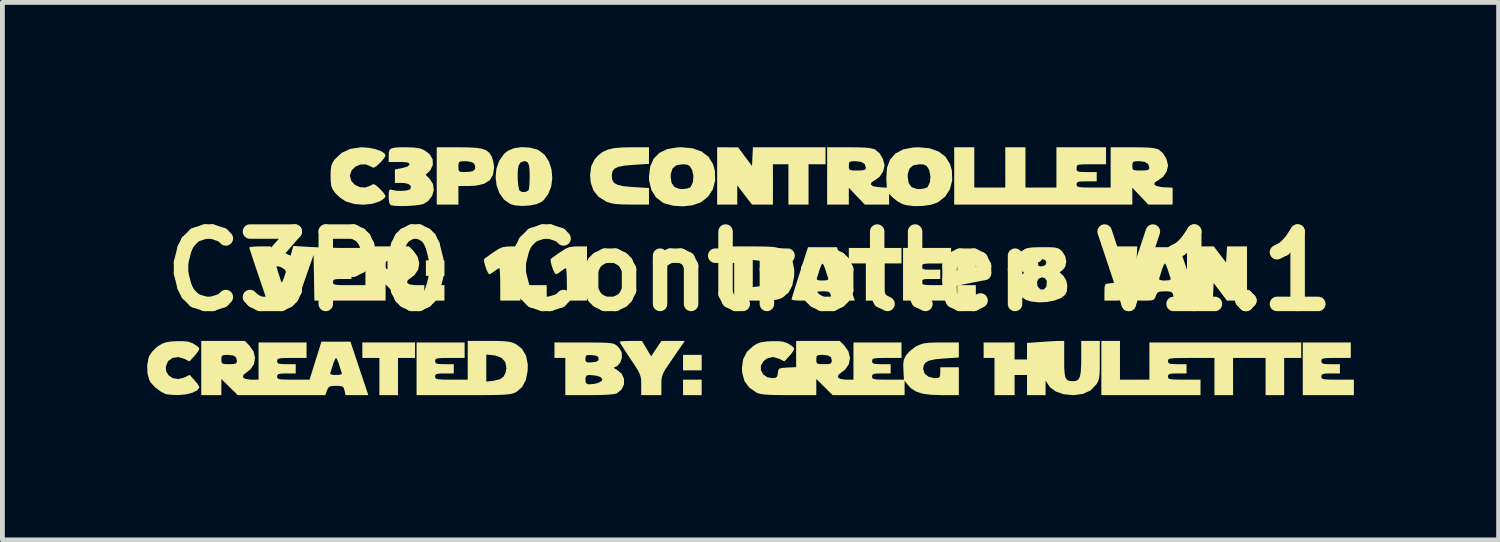
<source format=kicad_pcb>
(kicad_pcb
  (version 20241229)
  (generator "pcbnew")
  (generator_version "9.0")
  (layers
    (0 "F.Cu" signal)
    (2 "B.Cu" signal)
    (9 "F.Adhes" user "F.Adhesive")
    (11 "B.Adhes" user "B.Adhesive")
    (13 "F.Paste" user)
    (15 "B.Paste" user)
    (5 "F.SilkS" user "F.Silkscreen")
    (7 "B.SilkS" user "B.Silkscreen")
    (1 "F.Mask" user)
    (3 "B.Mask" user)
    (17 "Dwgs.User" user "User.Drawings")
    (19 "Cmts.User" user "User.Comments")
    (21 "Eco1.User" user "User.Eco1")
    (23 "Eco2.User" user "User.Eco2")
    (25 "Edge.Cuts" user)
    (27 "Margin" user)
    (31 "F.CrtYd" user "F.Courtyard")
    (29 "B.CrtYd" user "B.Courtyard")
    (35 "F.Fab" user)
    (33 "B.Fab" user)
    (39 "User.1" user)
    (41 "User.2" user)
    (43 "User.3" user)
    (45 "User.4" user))
  (footprint "C3P0 Controller V1.1"
    (layer "F.Cu")
    (at 12.488 2.571)
    (property "Reference" "C3P0 Controller V1.1" (at 0 0 0) (layer "F.SilkS") (effects (font (size 1.5 1.5) (thickness 0.3))))
    (attr board_only exclude_from_pos_files exclude_from_bom)
    (fp_poly (pts (xy -6.326 -0.064) (xy -6.326 0.096) (xy -6.519 0.096) (xy -6.711 0.096) (xy -6.711 -0.064) (xy -6.711 -0.225) (xy -6.519 -0.225) (xy -6.326 -0.225)) (stroke (width 0) (type solid)) (fill yes) (layer "F.SilkS"))
    (fp_poly (pts (xy -6.326 0.45) (xy -6.326 0.61) (xy -6.519 0.61) (xy -6.711 0.61) (xy -6.711 0.45) (xy -6.711 0.289) (xy -6.519 0.289) (xy -6.326 0.289)) (stroke (width 0) (type solid)) (fill yes) (layer "F.SilkS"))
    (fp_poly (pts (xy -4.207 0.45) (xy -4.207 0.61) (xy -4.399 0.61) (xy -4.592 0.61) (xy -4.592 0.45) (xy -4.592 0.289) (xy -4.399 0.289) (xy -4.207 0.289)) (stroke (width 0) (type solid)) (fill yes) (layer "F.SilkS"))
    (fp_poly (pts (xy -0.995 1.895) (xy -0.995 2.055) (xy -1.188 2.055) (xy -1.381 2.055) (xy -1.381 1.895) (xy -1.381 1.734) (xy -1.188 1.734) (xy -0.995 1.734)) (stroke (width 0) (type solid)) (fill yes) (layer "F.SilkS"))
    (fp_poly (pts (xy -0.995 2.408) (xy -0.995 2.569) (xy -1.188 2.569) (xy -1.381 2.569) (xy -1.381 2.408) (xy -1.381 2.248) (xy -1.188 2.248) (xy -0.995 2.248)) (stroke (width 0) (type solid)) (fill yes) (layer "F.SilkS"))
    (fp_poly (pts (xy 4.688 -0.064) (xy 4.688 0.096) (xy 4.496 0.096) (xy 4.303 0.096) (xy 4.303 -0.064) (xy 4.303 -0.225) (xy 4.496 -0.225) (xy 4.688 -0.225)) (stroke (width 0) (type solid)) (fill yes) (layer "F.SilkS"))
    (fp_poly (pts (xy 4.688 0.45) (xy 4.688 0.61) (xy 4.496 0.61) (xy 4.303 0.61) (xy 4.303 0.45) (xy 4.303 0.289) (xy 4.496 0.289) (xy 4.688 0.289)) (stroke (width 0) (type solid)) (fill yes) (layer "F.SilkS"))
    (fp_poly (pts (xy -6.936 1.638) (xy -6.936 1.798) (xy -7.113 1.798) (xy -7.289 1.798) (xy -7.289 2.184) (xy -7.289 2.569) (xy -7.482 2.569) (xy -7.675 2.569) (xy -7.675 2.184) (xy -7.675 1.798) (xy -7.851 1.798) (xy -8.028 1.798) (xy -8.028 1.638) (xy -8.028 1.477) (xy -7.482 1.477) (xy -6.936 1.477)) (stroke (width 0) (type solid)) (fill yes) (layer "F.SilkS"))
    (fp_poly (pts (xy 3.147 -0.321) (xy 3.147 -0.161) (xy 2.97 -0.161) (xy 2.794 -0.161) (xy 2.794 0.225) (xy 2.794 0.61) (xy 2.601 0.61) (xy 2.408 0.61) (xy 2.408 0.225) (xy 2.408 -0.161) (xy 2.232 -0.161) (xy 2.055 -0.161) (xy 2.055 -0.321) (xy 2.055 -0.482) (xy 2.601 -0.482) (xy 3.147 -0.482)) (stroke (width 0) (type solid)) (fill yes) (layer "F.SilkS"))
    (fp_poly (pts (xy 8.013 -0.12) (xy 8.001 0.081) (xy 7.99 0.229) (xy 7.976 0.334) (xy 7.957 0.407) (xy 7.93 0.459) (xy 7.894 0.501) (xy 7.862 0.529) (xy 7.796 0.576) (xy 7.723 0.6) (xy 7.621 0.609) (xy 7.56 0.61) (xy 7.353 0.61) (xy 7.353 0.436) (xy 7.355 0.335) (xy 7.367 0.282) (xy 7.397 0.26) (xy 7.457 0.251) (xy 7.458 0.251) (xy 7.562 0.241) (xy 7.571 -0.136) (xy 7.58 -0.514) (xy 7.807 -0.514) (xy 8.033 -0.514)) (stroke (width 0) (type solid)) (fill yes) (layer "F.SilkS"))
    (fp_poly (pts (xy -4.752 0.048) (xy -4.752 0.61) (xy -4.961 0.61) (xy -5.17 0.61) (xy -5.17 0.273) (xy -5.172 0.135) (xy -5.176 0.024) (xy -5.183 -0.046) (xy -5.189 -0.064) (xy -5.225 -0.046) (xy -5.286 -0.003) (xy -5.29 0) (xy -5.353 0.045) (xy -5.394 0.064) (xy -5.395 0.064) (xy -5.422 0.037) (xy -5.454 -0.031) (xy -5.484 -0.116) (xy -5.504 -0.196) (xy -5.506 -0.248) (xy -5.503 -0.254) (xy -5.463 -0.284) (xy -5.388 -0.338) (xy -5.306 -0.396) (xy -5.202 -0.463) (xy -5.117 -0.499) (xy -5.021 -0.512) (xy -4.945 -0.514) (xy -4.752 -0.514)) (stroke (width 0) (type solid)) (fill yes) (layer "F.SilkS"))
    (fp_poly (pts (xy -3.372 0.048) (xy -3.372 0.61) (xy -3.58 0.61) (xy -3.789 0.61) (xy -3.789 0.273) (xy -3.791 0.135) (xy -3.795 0.024) (xy -3.802 -0.046) (xy -3.808 -0.064) (xy -3.844 -0.046) (xy -3.905 -0.003) (xy -3.909 0) (xy -3.972 0.045) (xy -4.013 0.064) (xy -4.014 0.064) (xy -4.041 0.037) (xy -4.074 -0.031) (xy -4.104 -0.116) (xy -4.124 -0.196) (xy -4.126 -0.248) (xy -4.122 -0.254) (xy -4.083 -0.284) (xy -4.008 -0.338) (xy -3.926 -0.396) (xy -3.821 -0.463) (xy -3.736 -0.499) (xy -3.64 -0.512) (xy -3.564 -0.514) (xy -3.372 -0.514)) (stroke (width 0) (type solid)) (fill yes) (layer "F.SilkS"))
    (fp_poly (pts (xy 1.573 -2.392) (xy 1.573 -2.216) (xy 1.397 -2.216) (xy 1.22 -2.216) (xy 1.22 -1.798) (xy 1.22 -1.381) (xy 1.012 -1.381) (xy 0.803 -1.381) (xy 0.803 -1.798) (xy 0.803 -2.216) (xy 0.642 -2.216) (xy 0.482 -2.216) (xy 0.482 -1.798) (xy 0.482 -1.381) (xy 0.265 -1.381) (xy 0.048 -1.381) (xy -0.105 -1.58) (xy -0.257 -1.779) (xy -0.257 -1.58) (xy -0.257 -1.381) (xy -0.466 -1.381) (xy -0.674 -1.381) (xy -0.674 -1.975) (xy -0.674 -2.569) (xy -0.458 -2.568) (xy -0.241 -2.568) (xy -0.096 -2.374) (xy 0.048 -2.181) (xy 0.058 -2.375) (xy 0.067 -2.569) (xy 0.82 -2.569) (xy 1.573 -2.569)) (stroke (width 0) (type solid)) (fill yes) (layer "F.SilkS"))
    (fp_poly (pts (xy -1.587 1.797) (xy -1.685 1.94) (xy -1.753 2.043) (xy -1.795 2.121) (xy -1.818 2.186) (xy -1.828 2.251) (xy -1.83 2.331) (xy -1.83 2.359) (xy -1.83 2.569) (xy -2.039 2.569) (xy -2.248 2.569) (xy -2.248 2.359) (xy -2.249 2.27) (xy -2.257 2.2) (xy -2.277 2.134) (xy -2.315 2.057) (xy -2.378 1.957) (xy -2.471 1.817) (xy -2.473 1.814) (xy -2.558 1.686) (xy -2.628 1.577) (xy -2.677 1.5) (xy -2.697 1.463) (xy -2.697 1.462) (xy -2.668 1.454) (xy -2.59 1.448) (xy -2.48 1.446) (xy -2.465 1.446) (xy -2.232 1.446) (xy -2.138 1.605) (xy -2.043 1.764) (xy -1.936 1.604) (xy -1.829 1.445) (xy -1.586 1.445) (xy -1.344 1.445)) (stroke (width 0) (type solid)) (fill yes) (layer "F.SilkS"))
    (fp_poly (pts (xy 4.174 -0.321) (xy 4.174 -0.161) (xy 3.869 -0.161) (xy 3.728 -0.16) (xy 3.638 -0.155) (xy 3.589 -0.144) (xy 3.568 -0.125) (xy 3.564 -0.096) (xy 3.571 -0.06) (xy 3.602 -0.041) (xy 3.672 -0.033) (xy 3.757 -0.032) (xy 3.95 -0.032) (xy 3.95 0.064) (xy 3.95 0.161) (xy 3.757 0.161) (xy 3.649 0.163) (xy 3.591 0.173) (xy 3.568 0.196) (xy 3.564 0.225) (xy 3.569 0.253) (xy 3.589 0.272) (xy 3.636 0.283) (xy 3.723 0.288) (xy 3.859 0.289) (xy 3.902 0.289) (xy 4.239 0.289) (xy 4.239 0.45) (xy 4.239 0.61) (xy 3.709 0.61) (xy 3.179 0.61) (xy 3.179 0.064) (xy 3.179 -0.482) (xy 3.677 -0.482) (xy 4.174 -0.482)) (stroke (width 0) (type solid)) (fill yes) (layer "F.SilkS"))
    (fp_poly (pts (xy 12.459 1.638) (xy 12.459 1.798) (xy 12.154 1.798) (xy 12.012 1.799) (xy 11.923 1.804) (xy 11.874 1.814) (xy 11.853 1.834) (xy 11.849 1.862) (xy 11.856 1.898) (xy 11.887 1.918) (xy 11.956 1.925) (xy 12.042 1.927) (xy 12.234 1.927) (xy 12.234 2.023) (xy 12.234 2.119) (xy 12.042 2.119) (xy 11.934 2.122) (xy 11.876 2.132) (xy 11.853 2.155) (xy 11.849 2.184) (xy 11.853 2.212) (xy 11.874 2.231) (xy 11.921 2.241) (xy 12.008 2.246) (xy 12.144 2.248) (xy 12.186 2.248) (xy 12.523 2.248) (xy 12.523 2.408) (xy 12.523 2.569) (xy 11.994 2.569) (xy 11.464 2.569) (xy 11.464 2.023) (xy 11.464 1.477) (xy 11.961 1.477) (xy 12.459 1.477)) (stroke (width 0) (type solid)) (fill yes) (layer "F.SilkS"))
    (fp_poly (pts (xy -2.087 -2.397) (xy -2.087 -2.225) (xy -2.414 -2.204) (xy -2.595 -2.188) (xy -2.72 -2.164) (xy -2.799 -2.127) (xy -2.842 -2.074) (xy -2.857 -1.998) (xy -2.858 -1.975) (xy -2.848 -1.891) (xy -2.812 -1.832) (xy -2.742 -1.791) (xy -2.627 -1.764) (xy -2.459 -1.747) (xy -2.413 -1.744) (xy -2.087 -1.724) (xy -2.087 -1.553) (xy -2.087 -1.381) (xy -2.465 -1.381) (xy -2.646 -1.384) (xy -2.778 -1.393) (xy -2.876 -1.409) (xy -2.953 -1.434) (xy -2.97 -1.441) (xy -3.131 -1.541) (xy -3.238 -1.672) (xy -3.295 -1.839) (xy -3.307 -1.995) (xy -3.285 -2.173) (xy -3.214 -2.318) (xy -3.141 -2.399) (xy -3.05 -2.47) (xy -2.945 -2.519) (xy -2.814 -2.55) (xy -2.643 -2.565) (xy -2.458 -2.569) (xy -2.087 -2.569)) (stroke (width 0) (type solid)) (fill yes) (layer "F.SilkS"))
    (fp_poly (pts (xy -5.82 -2.566) (xy -5.658 -2.556) (xy -5.54 -2.536) (xy -5.457 -2.503) (xy -5.397 -2.454) (xy -5.352 -2.387) (xy -5.347 -2.377) (xy -5.316 -2.283) (xy -5.299 -2.169) (xy -5.298 -2.144) (xy -5.321 -1.995) (xy -5.389 -1.884) (xy -5.507 -1.811) (xy -5.675 -1.773) (xy -5.811 -1.766) (xy -6.037 -1.766) (xy -6.037 -1.573) (xy -6.037 -1.381) (xy -6.262 -1.381) (xy -6.486 -1.381) (xy -6.486 -1.975) (xy -6.486 -2.168) (xy -6.037 -2.168) (xy -6.033 -2.095) (xy -6.008 -2.063) (xy -5.944 -2.055) (xy -5.911 -2.055) (xy -5.816 -2.06) (xy -5.743 -2.072) (xy -5.734 -2.075) (xy -5.691 -2.12) (xy -5.69 -2.188) (xy -5.722 -2.241) (xy -5.777 -2.265) (xy -5.866 -2.279) (xy -5.899 -2.28) (xy -5.985 -2.277) (xy -6.025 -2.259) (xy -6.036 -2.211) (xy -6.037 -2.168) (xy -6.486 -2.168) (xy -6.486 -2.569) (xy -6.035 -2.569)) (stroke (width 0) (type solid)) (fill yes) (layer "F.SilkS"))
    (fp_poly (pts (xy 0.206 -0.513) (xy 0.358 -0.51) (xy 0.468 -0.504) (xy 0.549 -0.493) (xy 0.61 -0.477) (xy 0.665 -0.454) (xy 0.678 -0.448) (xy 0.806 -0.348) (xy 0.889 -0.206) (xy 0.925 -0.026) (xy 0.922 0.102) (xy 0.884 0.296) (xy 0.807 0.441) (xy 0.69 0.542) (xy 0.675 0.55) (xy 0.618 0.575) (xy 0.549 0.592) (xy 0.456 0.603) (xy 0.325 0.608) (xy 0.144 0.61) (xy 0.121 0.61) (xy -0.321 0.61) (xy -0.321 0.209) (xy -0.321 0.048) (xy 0.064 0.048) (xy 0.064 0.329) (xy 0.215 0.312) (xy 0.347 0.281) (xy 0.424 0.224) (xy 0.466 0.141) (xy 0.482 0.048) (xy 0.457 -0.077) (xy 0.381 -0.163) (xy 0.255 -0.21) (xy 0.215 -0.216) (xy 0.064 -0.233) (xy 0.064 0.048) (xy -0.321 0.048) (xy -0.321 -0.193) (xy -0.434 -0.193) (xy -0.546 -0.193) (xy -0.546 -0.353) (xy -0.546 -0.514) (xy 0.001 -0.514)) (stroke (width 0) (type solid)) (fill yes) (layer "F.SilkS"))
    (fp_poly (pts (xy -1.183 -2.547) (xy -0.995 -2.48) (xy -0.853 -2.371) (xy -0.76 -2.22) (xy -0.722 -2.086) (xy -0.715 -1.881) (xy -0.763 -1.698) (xy -0.862 -1.545) (xy -1.008 -1.43) (xy -1.027 -1.421) (xy -1.19 -1.366) (xy -1.382 -1.345) (xy -1.578 -1.356) (xy -1.752 -1.4) (xy -1.801 -1.422) (xy -1.941 -1.53) (xy -2.036 -1.68) (xy -2.083 -1.869) (xy -2.087 -1.959) (xy -1.638 -1.959) (xy -1.618 -1.827) (xy -1.557 -1.743) (xy -1.452 -1.705) (xy -1.399 -1.702) (xy -1.299 -1.712) (xy -1.231 -1.739) (xy -1.223 -1.747) (xy -1.177 -1.844) (xy -1.166 -1.968) (xy -1.19 -2.088) (xy -1.202 -2.114) (xy -1.242 -2.179) (xy -1.293 -2.208) (xy -1.378 -2.216) (xy -1.396 -2.216) (xy -1.52 -2.195) (xy -1.598 -2.131) (xy -1.634 -2.02) (xy -1.638 -1.959) (xy -2.087 -1.959) (xy -2.063 -2.166) (xy -1.991 -2.331) (xy -1.871 -2.453) (xy -1.704 -2.532) (xy -1.49 -2.567) (xy -1.415 -2.569)) (stroke (width 0) (type solid)) (fill yes) (layer "F.SilkS"))
    (fp_poly (pts (xy -4.563 -2.563) (xy -4.412 -2.525) (xy -4.374 -2.508) (xy -4.249 -2.411) (xy -4.16 -2.273) (xy -4.107 -2.11) (xy -4.091 -1.934) (xy -4.112 -1.76) (xy -4.173 -1.601) (xy -4.272 -1.471) (xy -4.315 -1.437) (xy -4.418 -1.39) (xy -4.56 -1.362) (xy -4.715 -1.352) (xy -4.861 -1.364) (xy -4.961 -1.392) (xy -5.093 -1.485) (xy -5.188 -1.619) (xy -5.246 -1.779) (xy -5.266 -1.953) (xy -5.261 -2.004) (xy -4.809 -2.004) (xy -4.806 -1.879) (xy -4.795 -1.766) (xy -4.777 -1.687) (xy -4.771 -1.673) (xy -4.72 -1.642) (xy -4.649 -1.642) (xy -4.591 -1.67) (xy -4.579 -1.688) (xy -4.569 -1.745) (xy -4.562 -1.844) (xy -4.56 -1.959) (xy -4.563 -2.107) (xy -4.576 -2.203) (xy -4.601 -2.256) (xy -4.644 -2.277) (xy -4.676 -2.28) (xy -4.747 -2.256) (xy -4.788 -2.192) (xy -4.803 -2.115) (xy -4.809 -2.004) (xy -5.261 -2.004) (xy -5.248 -2.128) (xy -5.19 -2.291) (xy -5.093 -2.429) (xy -5.013 -2.496) (xy -4.888 -2.548) (xy -4.73 -2.571)) (stroke (width 0) (type solid)) (fill yes) (layer "F.SilkS"))
    (fp_poly (pts (xy 1.994 0.056) (xy 2.179 0.61) (xy 1.943 0.61) (xy 1.707 0.61) (xy 1.686 0.514) (xy 1.668 0.456) (xy 1.636 0.427) (xy 1.569 0.418) (xy 1.51 0.417) (xy 1.415 0.421) (xy 1.363 0.439) (xy 1.334 0.482) (xy 1.321 0.514) (xy 1.3 0.565) (xy 1.27 0.594) (xy 1.215 0.607) (xy 1.118 0.61) (xy 1.077 0.61) (xy 0.971 0.607) (xy 0.895 0.598) (xy 0.868 0.586) (xy 0.877 0.549) (xy 0.904 0.461) (xy 0.943 0.333) (xy 0.993 0.176) (xy 1.002 0.148) (xy 1.391 0.148) (xy 1.396 0.177) (xy 1.447 0.191) (xy 1.509 0.193) (xy 1.596 0.187) (xy 1.629 0.169) (xy 1.627 0.148) (xy 1.608 0.09) (xy 1.58 0.001) (xy 1.571 -0.029) (xy 1.542 -0.109) (xy 1.516 -0.156) (xy 1.509 -0.161) (xy 1.488 -0.133) (xy 1.459 -0.063) (xy 1.448 -0.029) (xy 1.419 0.064) (xy 1.396 0.135) (xy 1.391 0.148) (xy 1.002 0.148) (xy 1.039 0.032) (xy 1.209 -0.498) (xy 1.509 -0.498) (xy 1.809 -0.498)) (stroke (width 0) (type solid)) (fill yes) (layer "F.SilkS"))
    (fp_poly (pts (xy -11.637 1.461) (xy -11.555 1.489) (xy -11.53 1.502) (xy -11.456 1.55) (xy -11.411 1.591) (xy -11.407 1.599) (xy -11.42 1.641) (xy -11.467 1.709) (xy -11.504 1.752) (xy -11.612 1.87) (xy -11.717 1.816) (xy -11.84 1.78) (xy -11.956 1.795) (xy -12.047 1.858) (xy -12.058 1.872) (xy -12.102 1.979) (xy -12.093 2.079) (xy -12.041 2.161) (xy -11.956 2.217) (xy -11.847 2.235) (xy -11.727 2.207) (xy -11.713 2.2) (xy -11.608 2.148) (xy -11.502 2.264) (xy -11.442 2.338) (xy -11.409 2.397) (xy -11.407 2.415) (xy -11.457 2.473) (xy -11.555 2.521) (xy -11.687 2.554) (xy -11.836 2.566) (xy -11.849 2.566) (xy -11.965 2.563) (xy -12.059 2.555) (xy -12.106 2.547) (xy -12.216 2.489) (xy -12.327 2.403) (xy -12.414 2.309) (xy -12.441 2.264) (xy -12.481 2.122) (xy -12.488 1.957) (xy -12.461 1.802) (xy -12.441 1.75) (xy -12.383 1.666) (xy -12.296 1.58) (xy -12.259 1.552) (xy -12.177 1.502) (xy -12.095 1.473) (xy -11.988 1.457) (xy -11.884 1.451) (xy -11.739 1.45)) (stroke (width 0) (type solid)) (fill yes) (layer "F.SilkS"))
    (fp_poly (pts (xy -7.888 -2.557) (xy -7.756 -2.53) (xy -7.646 -2.49) (xy -7.571 -2.444) (xy -7.546 -2.4) (xy -7.568 -2.355) (xy -7.623 -2.286) (xy -7.667 -2.24) (xy -7.74 -2.173) (xy -7.786 -2.147) (xy -7.824 -2.153) (xy -7.849 -2.17) (xy -7.955 -2.214) (xy -8.068 -2.211) (xy -8.172 -2.167) (xy -8.249 -2.091) (xy -8.284 -1.989) (xy -8.285 -1.975) (xy -8.257 -1.871) (xy -8.183 -1.791) (xy -8.082 -1.743) (xy -7.969 -1.734) (xy -7.862 -1.772) (xy -7.849 -1.78) (xy -7.808 -1.803) (xy -7.769 -1.796) (xy -7.713 -1.753) (xy -7.667 -1.709) (xy -7.598 -1.636) (xy -7.554 -1.574) (xy -7.546 -1.552) (xy -7.572 -1.513) (xy -7.639 -1.465) (xy -7.673 -1.446) (xy -7.826 -1.396) (xy -8.008 -1.379) (xy -8.194 -1.393) (xy -8.357 -1.441) (xy -8.374 -1.449) (xy -8.481 -1.518) (xy -8.578 -1.606) (xy -8.599 -1.631) (xy -8.646 -1.702) (xy -8.673 -1.772) (xy -8.684 -1.865) (xy -8.686 -1.975) (xy -8.683 -2.104) (xy -8.669 -2.191) (xy -8.64 -2.26) (xy -8.599 -2.319) (xy -8.458 -2.452) (xy -8.278 -2.535) (xy -8.06 -2.568) (xy -8.026 -2.568)) (stroke (width 0) (type solid)) (fill yes) (layer "F.SilkS"))
    (fp_poly (pts (xy -6.953 -2.563) (xy -6.835 -2.545) (xy -6.744 -2.51) (xy -6.743 -2.509) (xy -6.631 -2.423) (xy -6.571 -2.317) (xy -6.566 -2.203) (xy -6.617 -2.094) (xy -6.65 -2.06) (xy -6.716 -1.998) (xy -6.633 -1.916) (xy -6.563 -1.806) (xy -6.547 -1.683) (xy -6.581 -1.562) (xy -6.661 -1.457) (xy -6.763 -1.393) (xy -6.84 -1.375) (xy -6.959 -1.361) (xy -7.099 -1.352) (xy -7.238 -1.35) (xy -7.358 -1.355) (xy -7.436 -1.368) (xy -7.442 -1.37) (xy -7.468 -1.412) (xy -7.481 -1.504) (xy -7.482 -1.546) (xy -7.479 -1.64) (xy -7.467 -1.684) (xy -7.44 -1.692) (xy -7.421 -1.687) (xy -7.328 -1.669) (xy -7.22 -1.664) (xy -7.119 -1.672) (xy -7.049 -1.691) (xy -7.031 -1.705) (xy -7.022 -1.763) (xy -7.069 -1.806) (xy -7.163 -1.828) (xy -7.213 -1.83) (xy -7.353 -1.83) (xy -7.353 -1.969) (xy -7.353 -2.109) (xy -7.201 -2.138) (xy -7.094 -2.169) (xy -7.05 -2.207) (xy -7.048 -2.216) (xy -7.062 -2.242) (xy -7.111 -2.257) (xy -7.206 -2.263) (xy -7.265 -2.264) (xy -7.482 -2.264) (xy -7.482 -2.397) (xy -7.478 -2.471) (xy -7.46 -2.52) (xy -7.416 -2.549) (xy -7.335 -2.564) (xy -7.207 -2.569) (xy -7.118 -2.569)) (stroke (width 0) (type solid)) (fill yes) (layer "F.SilkS"))
    (fp_poly (pts (xy 7.675 1.846) (xy 7.675 2.248) (xy 7.98 2.248) (xy 8.285 2.248) (xy 8.285 1.862) (xy 8.285 1.477) (xy 9.858 1.477) (xy 11.432 1.477) (xy 11.432 1.638) (xy 11.432 1.798) (xy 11.255 1.798) (xy 11.078 1.798) (xy 11.078 2.184) (xy 11.078 2.569) (xy 10.886 2.569) (xy 10.693 2.569) (xy 10.693 2.184) (xy 10.693 1.798) (xy 10.356 1.798) (xy 10.019 1.798) (xy 10.019 2.184) (xy 10.019 2.569) (xy 9.826 2.569) (xy 9.633 2.569) (xy 9.633 2.184) (xy 9.633 1.798) (xy 9.152 1.798) (xy 8.967 1.799) (xy 8.836 1.801) (xy 8.751 1.806) (xy 8.701 1.815) (xy 8.678 1.83) (xy 8.67 1.852) (xy 8.67 1.862) (xy 8.677 1.898) (xy 8.708 1.918) (xy 8.777 1.925) (xy 8.863 1.927) (xy 9.055 1.927) (xy 9.055 2.023) (xy 9.055 2.119) (xy 8.863 2.119) (xy 8.755 2.122) (xy 8.697 2.132) (xy 8.674 2.155) (xy 8.67 2.184) (xy 8.674 2.212) (xy 8.695 2.231) (xy 8.742 2.241) (xy 8.829 2.246) (xy 8.965 2.248) (xy 9.007 2.248) (xy 9.344 2.248) (xy 9.344 2.408) (xy 9.344 2.569) (xy 8.317 2.569) (xy 7.289 2.569) (xy 7.289 2.007) (xy 7.289 1.445) (xy 7.482 1.445) (xy 7.675 1.445)) (stroke (width 0) (type solid)) (fill yes) (layer "F.SilkS"))
    (fp_poly (pts (xy 6.519 1.824) (xy 6.52 2.004) (xy 6.529 2.129) (xy 6.547 2.21) (xy 6.58 2.255) (xy 6.631 2.275) (xy 6.7 2.28) (xy 6.767 2.272) (xy 6.814 2.243) (xy 6.845 2.184) (xy 6.863 2.085) (xy 6.871 1.938) (xy 6.872 1.8) (xy 6.872 1.445) (xy 7.064 1.445) (xy 7.257 1.445) (xy 7.257 1.842) (xy 7.256 2.012) (xy 7.252 2.131) (xy 7.242 2.214) (xy 7.224 2.275) (xy 7.198 2.327) (xy 7.184 2.347) (xy 7.067 2.47) (xy 6.91 2.543) (xy 6.712 2.569) (xy 6.704 2.569) (xy 6.509 2.55) (xy 6.347 2.495) (xy 6.229 2.409) (xy 6.194 2.363) (xy 6.133 2.264) (xy 6.133 2.416) (xy 6.133 2.569) (xy 5.941 2.569) (xy 5.748 2.569) (xy 5.748 2.36) (xy 5.748 2.151) (xy 5.619 2.151) (xy 5.491 2.151) (xy 5.491 2.36) (xy 5.491 2.569) (xy 5.282 2.569) (xy 5.074 2.569) (xy 5.074 2.184) (xy 5.074 1.798) (xy 4.961 1.798) (xy 4.849 1.798) (xy 4.849 1.638) (xy 4.849 1.477) (xy 5.17 1.477) (xy 5.491 1.477) (xy 5.491 1.654) (xy 5.491 1.83) (xy 5.619 1.83) (xy 5.748 1.83) (xy 5.748 1.659) (xy 5.748 1.487) (xy 6.042 1.466) (xy 6.184 1.456) (xy 6.312 1.449) (xy 6.405 1.445) (xy 6.427 1.445) (xy 6.519 1.445)) (stroke (width 0) (type solid)) (fill yes) (layer "F.SilkS"))
    (fp_poly (pts (xy -3.227 1.478) (xy -3.067 1.48) (xy -2.953 1.484) (xy -2.873 1.492) (xy -2.819 1.504) (xy -2.781 1.522) (xy -2.753 1.541) (xy -2.688 1.614) (xy -2.651 1.69) (xy -2.648 1.793) (xy -2.681 1.892) (xy -2.741 1.963) (xy -2.771 1.978) (xy -2.813 1.995) (xy -2.805 2.014) (xy -2.752 2.044) (xy -2.653 2.126) (xy -2.604 2.233) (xy -2.605 2.347) (xy -2.656 2.453) (xy -2.751 2.532) (xy -2.817 2.548) (xy -2.942 2.56) (xy -3.12 2.567) (xy -3.321 2.569) (xy -3.821 2.569) (xy -3.821 2.248) (xy -3.404 2.248) (xy -3.396 2.316) (xy -3.358 2.341) (xy -3.31 2.344) (xy -3.208 2.333) (xy -3.133 2.313) (xy -3.066 2.273) (xy -3.055 2.231) (xy -3.096 2.193) (xy -3.18 2.165) (xy -3.301 2.152) (xy -3.328 2.151) (xy -3.382 2.163) (xy -3.402 2.209) (xy -3.404 2.248) (xy -3.821 2.248) (xy -3.821 2.184) (xy -3.821 1.814) (xy -3.404 1.814) (xy -3.399 1.867) (xy -3.371 1.889) (xy -3.305 1.891) (xy -3.267 1.888) (xy -3.179 1.876) (xy -3.139 1.852) (xy -3.131 1.814) (xy -3.143 1.772) (xy -3.189 1.75) (xy -3.267 1.74) (xy -3.353 1.737) (xy -3.392 1.751) (xy -3.403 1.791) (xy -3.404 1.814) (xy -3.821 1.814) (xy -3.821 1.798) (xy -3.934 1.798) (xy -4.046 1.798) (xy -4.046 1.638) (xy -4.046 1.477) (xy -3.44 1.477)) (stroke (width 0) (type solid)) (fill yes) (layer "F.SilkS"))
    (fp_poly (pts (xy 6.218 -0.497) (xy 6.316 -0.492) (xy 6.38 -0.479) (xy 6.426 -0.455) (xy 6.469 -0.418) (xy 6.476 -0.41) (xy 6.541 -0.31) (xy 6.563 -0.197) (xy 6.54 -0.092) (xy 6.491 -0.029) (xy 6.425 0.024) (xy 6.504 0.098) (xy 6.56 0.187) (xy 6.584 0.303) (xy 6.573 0.417) (xy 6.542 0.485) (xy 6.454 0.555) (xy 6.321 0.607) (xy 6.162 0.638) (xy 5.993 0.646) (xy 5.834 0.628) (xy 5.726 0.595) (xy 5.607 0.515) (xy 5.541 0.403) (xy 5.534 0.266) (xy 5.534 0.264) (xy 5.548 0.219) (xy 5.956 0.219) (xy 5.965 0.304) (xy 5.975 0.326) (xy 6.03 0.379) (xy 6.094 0.379) (xy 6.144 0.329) (xy 6.152 0.305) (xy 6.159 0.203) (xy 6.121 0.144) (xy 6.058 0.128) (xy 5.99 0.154) (xy 5.956 0.219) (xy 5.548 0.219) (xy 5.564 0.169) (xy 5.613 0.096) (xy 5.62 0.09) (xy 5.687 0.035) (xy 5.619 -0.032) (xy 5.566 -0.127) (xy 5.562 -0.177) (xy 5.973 -0.177) (xy 5.982 -0.116) (xy 6.022 -0.1) (xy 6.061 -0.102) (xy 6.13 -0.126) (xy 6.149 -0.177) (xy 6.128 -0.229) (xy 6.061 -0.251) (xy 5.997 -0.25) (xy 5.975 -0.214) (xy 5.973 -0.177) (xy 5.562 -0.177) (xy 5.558 -0.241) (xy 5.594 -0.352) (xy 5.662 -0.43) (xy 5.714 -0.462) (xy 5.775 -0.482) (xy 5.862 -0.493) (xy 5.99 -0.497) (xy 6.071 -0.498)) (stroke (width 0) (type solid)) (fill yes) (layer "F.SilkS"))
    (fp_poly (pts (xy 9.747 -0.347) (xy 9.874 -0.18) (xy 9.884 -0.347) (xy 9.894 -0.514) (xy 10.101 -0.514) (xy 10.308 -0.514) (xy 10.308 0.048) (xy 10.308 0.61) (xy 10.1 0.61) (xy 9.892 0.61) (xy 9.755 0.428) (xy 9.617 0.245) (xy 9.608 0.428) (xy 9.598 0.61) (xy 9.201 0.61) (xy 8.804 0.61) (xy 8.782 0.514) (xy 8.765 0.456) (xy 8.732 0.427) (xy 8.666 0.418) (xy 8.606 0.417) (xy 8.511 0.421) (xy 8.46 0.439) (xy 8.43 0.482) (xy 8.418 0.514) (xy 8.397 0.565) (xy 8.367 0.594) (xy 8.312 0.607) (xy 8.215 0.61) (xy 8.174 0.61) (xy 8.067 0.607) (xy 7.992 0.598) (xy 7.964 0.586) (xy 7.974 0.549) (xy 8 0.461) (xy 8.04 0.333) (xy 8.09 0.176) (xy 8.099 0.148) (xy 8.488 0.148) (xy 8.493 0.177) (xy 8.544 0.191) (xy 8.606 0.193) (xy 8.692 0.187) (xy 8.726 0.169) (xy 8.724 0.148) (xy 8.704 0.09) (xy 8.676 0.001) (xy 8.667 -0.029) (xy 8.638 -0.109) (xy 8.613 -0.156) (xy 8.606 -0.161) (xy 8.584 -0.133) (xy 8.555 -0.063) (xy 8.544 -0.029) (xy 8.516 0.064) (xy 8.492 0.135) (xy 8.488 0.148) (xy 8.099 0.148) (xy 8.136 0.032) (xy 8.306 -0.498) (xy 8.606 -0.498) (xy 8.905 -0.498) (xy 9.058 -0.048) (xy 9.211 0.401) (xy 9.213 -0.056) (xy 9.216 -0.514) (xy 9.418 -0.514) (xy 9.62 -0.514)) (stroke (width 0) (type solid)) (fill yes) (layer "F.SilkS"))
    (fp_poly (pts (xy -5.226 1.446) (xy -5.093 1.451) (xy -4.998 1.461) (xy -4.925 1.477) (xy -4.863 1.502) (xy -4.845 1.511) (xy -4.717 1.611) (xy -4.634 1.753) (xy -4.599 1.933) (xy -4.601 2.06) (xy -4.639 2.254) (xy -4.716 2.4) (xy -4.833 2.501) (xy -4.848 2.509) (xy -4.885 2.526) (xy -4.928 2.54) (xy -4.986 2.55) (xy -5.067 2.558) (xy -5.176 2.563) (xy -5.323 2.566) (xy -5.514 2.568) (xy -5.758 2.569) (xy -5.932 2.569) (xy -6.904 2.569) (xy -6.904 2.023) (xy -6.904 1.477) (xy -6.406 1.477) (xy -5.908 1.477) (xy -5.908 1.638) (xy -5.908 1.798) (xy -6.214 1.798) (xy -6.355 1.799) (xy -6.445 1.804) (xy -6.494 1.814) (xy -6.515 1.834) (xy -6.519 1.862) (xy -6.512 1.898) (xy -6.481 1.918) (xy -6.411 1.925) (xy -6.326 1.927) (xy -6.133 1.927) (xy -6.133 2.023) (xy -6.133 2.119) (xy -6.326 2.119) (xy -6.434 2.122) (xy -6.492 2.132) (xy -6.515 2.155) (xy -6.519 2.184) (xy -6.514 2.212) (xy -6.494 2.231) (xy -6.446 2.241) (xy -6.36 2.246) (xy -6.224 2.248) (xy -6.181 2.248) (xy -5.844 2.248) (xy -5.844 2.007) (xy -5.459 2.007) (xy -5.459 2.288) (xy -5.308 2.271) (xy -5.176 2.24) (xy -5.099 2.183) (xy -5.058 2.1) (xy -5.041 2.007) (xy -5.066 1.882) (xy -5.142 1.796) (xy -5.268 1.749) (xy -5.308 1.743) (xy -5.459 1.726) (xy -5.459 2.007) (xy -5.844 2.007) (xy -5.844 1.846) (xy -5.844 1.445) (xy -5.409 1.445)) (stroke (width 0) (type solid)) (fill yes) (layer "F.SilkS"))
    (fp_poly (pts (xy 2.256 -2.567) (xy 2.402 -2.561) (xy 2.505 -2.549) (xy 2.576 -2.531) (xy 2.605 -2.519) (xy 2.692 -2.444) (xy 2.76 -2.331) (xy 2.793 -2.208) (xy 2.794 -2.183) (xy 2.766 -2.065) (xy 2.693 -1.957) (xy 2.601 -1.89) (xy 2.525 -1.842) (xy 2.511 -1.798) (xy 2.556 -1.763) (xy 2.655 -1.743) (xy 2.682 -1.741) (xy 2.842 -1.731) (xy 2.832 -1.933) (xy 2.834 -1.959) (xy 3.275 -1.959) (xy 3.295 -1.827) (xy 3.356 -1.743) (xy 3.461 -1.705) (xy 3.514 -1.702) (xy 3.614 -1.712) (xy 3.682 -1.739) (xy 3.69 -1.747) (xy 3.736 -1.844) (xy 3.747 -1.968) (xy 3.723 -2.088) (xy 3.711 -2.114) (xy 3.671 -2.179) (xy 3.62 -2.208) (xy 3.535 -2.216) (xy 3.517 -2.216) (xy 3.393 -2.195) (xy 3.315 -2.131) (xy 3.279 -2.02) (xy 3.275 -1.959) (xy 2.834 -1.959) (xy 2.846 -2.143) (xy 2.908 -2.312) (xy 3.019 -2.438) (xy 3.178 -2.523) (xy 3.385 -2.564) (xy 3.498 -2.569) (xy 3.73 -2.547) (xy 3.918 -2.48) (xy 4.06 -2.371) (xy 4.153 -2.22) (xy 4.191 -2.086) (xy 4.198 -1.881) (xy 4.15 -1.698) (xy 4.051 -1.545) (xy 3.905 -1.43) (xy 3.886 -1.421) (xy 3.752 -1.376) (xy 3.584 -1.352) (xy 3.406 -1.349) (xy 3.245 -1.369) (xy 3.155 -1.396) (xy 3.055 -1.454) (xy 2.97 -1.522) (xy 2.89 -1.603) (xy 2.89 -1.492) (xy 2.89 -1.381) (xy 2.638 -1.381) (xy 2.386 -1.381) (xy 2.22 -1.555) (xy 2.055 -1.73) (xy 2.055 -1.555) (xy 2.055 -1.381) (xy 1.83 -1.381) (xy 1.606 -1.381) (xy 1.606 -1.975) (xy 1.606 -2.184) (xy 2.055 -2.184) (xy 2.058 -2.128) (xy 2.078 -2.1) (xy 2.129 -2.089) (xy 2.229 -2.087) (xy 2.232 -2.087) (xy 2.335 -2.09) (xy 2.388 -2.103) (xy 2.407 -2.131) (xy 2.408 -2.145) (xy 2.384 -2.223) (xy 2.309 -2.267) (xy 2.193 -2.28) (xy 2.107 -2.277) (xy 2.067 -2.259) (xy 2.056 -2.214) (xy 2.055 -2.184) (xy 1.606 -2.184) (xy 1.606 -2.569) (xy 2.057 -2.569)) (stroke (width 0) (type solid)) (fill yes) (layer "F.SilkS"))
    (fp_poly (pts (xy 4.656 -2.151) (xy 4.656 -1.734) (xy 4.977 -1.734) (xy 5.298 -1.734) (xy 5.298 -2.151) (xy 5.298 -2.569) (xy 5.507 -2.569) (xy 5.716 -2.569) (xy 5.716 -2.151) (xy 5.716 -1.734) (xy 6.037 -1.734) (xy 6.358 -1.734) (xy 6.358 -2.151) (xy 6.358 -2.569) (xy 6.872 -2.569) (xy 7.386 -2.569) (xy 7.386 -2.392) (xy 7.386 -2.216) (xy 7.081 -2.216) (xy 6.939 -2.215) (xy 6.85 -2.211) (xy 6.801 -2.201) (xy 6.78 -2.181) (xy 6.776 -2.149) (xy 6.775 -2.135) (xy 6.779 -2.092) (xy 6.8 -2.068) (xy 6.852 -2.058) (xy 6.95 -2.055) (xy 6.984 -2.055) (xy 7.193 -2.055) (xy 7.193 -1.959) (xy 7.193 -1.862) (xy 6.984 -1.862) (xy 6.871 -1.86) (xy 6.808 -1.852) (xy 6.781 -1.831) (xy 6.775 -1.798) (xy 6.78 -1.77) (xy 6.799 -1.752) (xy 6.845 -1.741) (xy 6.929 -1.736) (xy 7.062 -1.734) (xy 7.129 -1.734) (xy 7.482 -1.734) (xy 7.482 -2.151) (xy 7.482 -2.184) (xy 7.931 -2.184) (xy 7.934 -2.128) (xy 7.954 -2.1) (xy 8.006 -2.089) (xy 8.105 -2.087) (xy 8.108 -2.087) (xy 8.211 -2.09) (xy 8.265 -2.103) (xy 8.284 -2.131) (xy 8.285 -2.145) (xy 8.26 -2.223) (xy 8.186 -2.267) (xy 8.07 -2.28) (xy 7.983 -2.277) (xy 7.943 -2.259) (xy 7.932 -2.214) (xy 7.931 -2.184) (xy 7.482 -2.184) (xy 7.482 -2.569) (xy 7.933 -2.569) (xy 8.132 -2.567) (xy 8.278 -2.561) (xy 8.381 -2.549) (xy 8.453 -2.531) (xy 8.481 -2.519) (xy 8.568 -2.444) (xy 8.636 -2.331) (xy 8.669 -2.208) (xy 8.67 -2.183) (xy 8.642 -2.065) (xy 8.57 -1.957) (xy 8.477 -1.89) (xy 8.401 -1.843) (xy 8.386 -1.8) (xy 8.429 -1.766) (xy 8.529 -1.745) (xy 8.582 -1.74) (xy 8.766 -1.731) (xy 8.766 -1.556) (xy 8.766 -1.381) (xy 8.514 -1.381) (xy 8.262 -1.381) (xy 8.097 -1.555) (xy 7.931 -1.73) (xy 7.931 -1.555) (xy 7.931 -1.381) (xy 6.085 -1.381) (xy 4.239 -1.381) (xy 4.239 -1.975) (xy 4.239 -2.569) (xy 4.447 -2.569) (xy 4.656 -2.569)) (stroke (width 0) (type solid)) (fill yes) (layer "F.SilkS"))
    (fp_poly (pts (xy -9.104 -0.502) (xy -8.909 -0.493) (xy -8.686 -0.486) (xy -8.472 -0.482) (xy -8.389 -0.482) (xy -8.028 -0.482) (xy -8.028 -0.321) (xy -8.028 -0.161) (xy -8.333 -0.161) (xy -8.475 -0.16) (xy -8.564 -0.155) (xy -8.613 -0.144) (xy -8.634 -0.125) (xy -8.638 -0.096) (xy -8.631 -0.06) (xy -8.6 -0.041) (xy -8.531 -0.033) (xy -8.445 -0.032) (xy -8.253 -0.032) (xy -8.253 0.064) (xy -8.253 0.161) (xy -8.445 0.161) (xy -8.553 0.163) (xy -8.611 0.173) (xy -8.634 0.196) (xy -8.638 0.225) (xy -8.634 0.253) (xy -8.613 0.272) (xy -8.566 0.283) (xy -8.479 0.288) (xy -8.343 0.289) (xy -8.301 0.289) (xy -7.964 0.289) (xy -7.964 -0.112) (xy -7.964 -0.128) (xy -7.546 -0.128) (xy -7.543 -0.071) (xy -7.521 -0.043) (xy -7.465 -0.033) (xy -7.386 -0.032) (xy -7.29 -0.035) (xy -7.243 -0.048) (xy -7.226 -0.08) (xy -7.225 -0.109) (xy -7.242 -0.174) (xy -7.3 -0.211) (xy -7.407 -0.224) (xy -7.436 -0.225) (xy -7.511 -0.219) (xy -7.541 -0.19) (xy -7.546 -0.128) (xy -7.964 -0.128) (xy -7.964 -0.514) (xy -7.512 -0.514) (xy -7.06 -0.514) (xy -6.968 -0.422) (xy -6.881 -0.298) (xy -6.848 -0.164) (xy -6.87 -0.034) (xy -6.946 0.079) (xy -7.017 0.133) (xy -7.09 0.19) (xy -7.101 0.238) (xy -7.054 0.271) (xy -6.95 0.288) (xy -6.9 0.289) (xy -6.743 0.289) (xy -6.743 0.45) (xy -6.743 0.61) (xy -6.975 0.61) (xy -7.207 0.61) (xy -7.377 0.443) (xy -7.546 0.275) (xy -7.546 0.443) (xy -7.546 0.61) (xy -8.284 0.61) (xy -9.022 0.61) (xy -9.03 0.136) (xy -9.039 -0.337) (xy -9.202 0.128) (xy -9.364 0.594) (xy -9.683 0.603) (xy -10.003 0.611) (xy -10.187 0.069) (xy -10.247 -0.106) (xy -10.298 -0.26) (xy -10.338 -0.383) (xy -10.364 -0.464) (xy -10.372 -0.493) (xy -10.343 -0.503) (xy -10.265 -0.511) (xy -10.156 -0.514) (xy -10.149 -0.514) (xy -9.927 -0.514) (xy -9.874 -0.329) (xy -9.814 -0.118) (xy -9.768 0.037) (xy -9.734 0.143) (xy -9.712 0.207) (xy -9.699 0.232) (xy -9.683 0.212) (xy -9.655 0.141) (xy -9.618 0.03) (xy -9.575 -0.111) (xy -9.569 -0.134) (xy -9.458 -0.523)) (stroke (width 0) (type solid)) (fill yes) (layer "F.SilkS"))
    (fp_poly (pts (xy -10.372 1.537) (xy -10.284 1.661) (xy -10.252 1.795) (xy -10.274 1.925) (xy -10.349 2.037) (xy -10.42 2.092) (xy -10.493 2.149) (xy -10.504 2.197) (xy -10.456 2.231) (xy -10.353 2.247) (xy -10.32 2.248) (xy -10.179 2.248) (xy -10.179 1.862) (xy -10.179 1.477) (xy -9.682 1.477) (xy -9.184 1.477) (xy -9.184 1.638) (xy -9.184 1.798) (xy -9.489 1.798) (xy -9.631 1.799) (xy -9.72 1.804) (xy -9.769 1.814) (xy -9.79 1.834) (xy -9.794 1.862) (xy -9.787 1.898) (xy -9.756 1.918) (xy -9.687 1.925) (xy -9.601 1.927) (xy -9.409 1.927) (xy -9.409 2.023) (xy -9.409 2.119) (xy -9.601 2.119) (xy -9.709 2.122) (xy -9.767 2.132) (xy -9.79 2.155) (xy -9.794 2.184) (xy -9.79 2.212) (xy -9.769 2.231) (xy -9.722 2.242) (xy -9.635 2.246) (xy -9.498 2.248) (xy -9.458 2.248) (xy -9.122 2.248) (xy -9.078 2.107) (xy -8.692 2.107) (xy -8.687 2.136) (xy -8.636 2.149) (xy -8.574 2.151) (xy -8.487 2.146) (xy -8.454 2.128) (xy -8.456 2.107) (xy -8.475 2.049) (xy -8.503 1.959) (xy -8.512 1.93) (xy -8.541 1.849) (xy -8.567 1.803) (xy -8.574 1.798) (xy -8.595 1.826) (xy -8.624 1.896) (xy -8.635 1.93) (xy -8.664 2.023) (xy -8.687 2.094) (xy -8.692 2.107) (xy -9.078 2.107) (xy -8.999 1.854) (xy -8.876 1.461) (xy -8.575 1.461) (xy -8.274 1.461) (xy -8.089 2.015) (xy -7.904 2.569) (xy -8.14 2.569) (xy -8.376 2.569) (xy -8.397 2.473) (xy -8.415 2.415) (xy -8.447 2.386) (xy -8.513 2.377) (xy -8.573 2.376) (xy -8.668 2.38) (xy -8.72 2.398) (xy -8.749 2.44) (xy -8.762 2.473) (xy -8.795 2.569) (xy -9.703 2.569) (xy -10.611 2.569) (xy -10.78 2.401) (xy -10.95 2.234) (xy -10.95 2.401) (xy -10.95 2.569) (xy -11.159 2.569) (xy -11.367 2.569) (xy -11.367 2.007) (xy -11.367 1.83) (xy -10.95 1.83) (xy -10.946 1.887) (xy -10.925 1.916) (xy -10.869 1.926) (xy -10.789 1.927) (xy -10.694 1.924) (xy -10.646 1.911) (xy -10.63 1.879) (xy -10.629 1.85) (xy -10.646 1.784) (xy -10.703 1.748) (xy -10.811 1.734) (xy -10.84 1.734) (xy -10.915 1.74) (xy -10.945 1.768) (xy -10.95 1.83) (xy -11.367 1.83) (xy -11.367 1.445) (xy -10.915 1.445) (xy -10.463 1.445)) (stroke (width 0) (type solid)) (fill yes) (layer "F.SilkS"))
    (fp_poly (pts (xy 1.959 1.537) (xy 2.046 1.661) (xy 2.079 1.795) (xy 2.056 1.925) (xy 1.981 2.037) (xy 1.91 2.092) (xy 1.838 2.149) (xy 1.827 2.197) (xy 1.874 2.231) (xy 1.978 2.247) (xy 2.011 2.248) (xy 2.151 2.248) (xy 2.151 1.862) (xy 2.151 1.477) (xy 2.649 1.477) (xy 3.147 1.477) (xy 3.147 1.638) (xy 3.147 1.798) (xy 2.842 1.798) (xy 2.7 1.799) (xy 2.611 1.804) (xy 2.561 1.814) (xy 2.541 1.834) (xy 2.537 1.862) (xy 2.544 1.898) (xy 2.575 1.918) (xy 2.644 1.925) (xy 2.729 1.927) (xy 2.922 1.927) (xy 2.922 2.023) (xy 2.922 2.119) (xy 2.729 2.119) (xy 2.622 2.122) (xy 2.564 2.132) (xy 2.54 2.155) (xy 2.537 2.184) (xy 2.541 2.212) (xy 2.562 2.231) (xy 2.61 2.242) (xy 2.697 2.247) (xy 2.835 2.248) (xy 2.867 2.248) (xy 3.198 2.248) (xy 3.186 2.047) (xy 3.183 1.924) (xy 3.195 1.839) (xy 3.229 1.765) (xy 3.249 1.734) (xy 3.325 1.65) (xy 3.428 1.572) (xy 3.467 1.549) (xy 3.54 1.517) (xy 3.616 1.495) (xy 3.711 1.483) (xy 3.841 1.478) (xy 3.973 1.477) (xy 4.335 1.477) (xy 4.335 1.633) (xy 4.335 1.789) (xy 4.025 1.809) (xy 3.846 1.826) (xy 3.723 1.852) (xy 3.646 1.892) (xy 3.607 1.951) (xy 3.596 2.026) (xy 3.625 2.12) (xy 3.704 2.186) (xy 3.821 2.215) (xy 3.844 2.216) (xy 3.915 2.21) (xy 3.944 2.181) (xy 3.95 2.108) (xy 3.95 2.103) (xy 3.95 1.991) (xy 4.142 1.991) (xy 4.335 1.991) (xy 4.335 2.28) (xy 4.335 2.569) (xy 3.974 2.568) (xy 3.75 2.561) (xy 3.578 2.537) (xy 3.447 2.494) (xy 3.346 2.429) (xy 3.281 2.36) (xy 3.211 2.271) (xy 3.211 2.42) (xy 3.211 2.569) (xy 2.466 2.569) (xy 1.72 2.569) (xy 1.55 2.401) (xy 1.381 2.234) (xy 1.381 2.401) (xy 1.381 2.569) (xy 0.811 2.569) (xy 0.592 2.567) (xy 0.427 2.563) (xy 0.308 2.556) (xy 0.224 2.544) (xy 0.165 2.528) (xy 0.145 2.518) (xy -0.009 2.412) (xy -0.107 2.279) (xy -0.154 2.111) (xy -0.161 2.005) (xy -0.134 1.82) (xy -0.054 1.668) (xy 0.072 1.552) (xy 0.154 1.502) (xy 0.236 1.473) (xy 0.342 1.457) (xy 0.447 1.451) (xy 0.592 1.45) (xy 0.694 1.461) (xy 0.775 1.489) (xy 0.801 1.502) (xy 0.875 1.55) (xy 0.92 1.591) (xy 0.924 1.599) (xy 0.91 1.641) (xy 0.864 1.709) (xy 0.827 1.752) (xy 0.719 1.87) (xy 0.613 1.816) (xy 0.485 1.778) (xy 0.367 1.805) (xy 0.288 1.863) (xy 0.233 1.955) (xy 0.232 2.051) (xy 0.277 2.136) (xy 0.361 2.196) (xy 0.464 2.216) (xy 0.539 2.209) (xy 0.572 2.178) (xy 0.584 2.111) (xy 0.593 2.052) (xy 0.615 2.02) (xy 0.667 2.005) (xy 0.765 1.998) (xy 0.779 1.997) (xy 0.963 1.988) (xy 0.963 1.83) (xy 1.381 1.83) (xy 1.384 1.887) (xy 1.406 1.916) (xy 1.462 1.926) (xy 1.541 1.927) (xy 1.637 1.924) (xy 1.684 1.911) (xy 1.7 1.879) (xy 1.702 1.85) (xy 1.685 1.784) (xy 1.627 1.748) (xy 1.52 1.734) (xy 1.491 1.734) (xy 1.416 1.74) (xy 1.386 1.768) (xy 1.381 1.83) (xy 0.963 1.83) (xy 0.963 1.716) (xy 0.963 1.445) (xy 1.415 1.445) (xy 1.867 1.445)) (stroke (width 0) (type solid)) (fill yes) (layer "F.SilkS")))
  (gr_rect
    (start -3 -3)
    (end 28.011 8.14)
    (stroke (width 0.1) (type default))
    (fill no)
    (layer "Edge.Cuts")))
</source>
